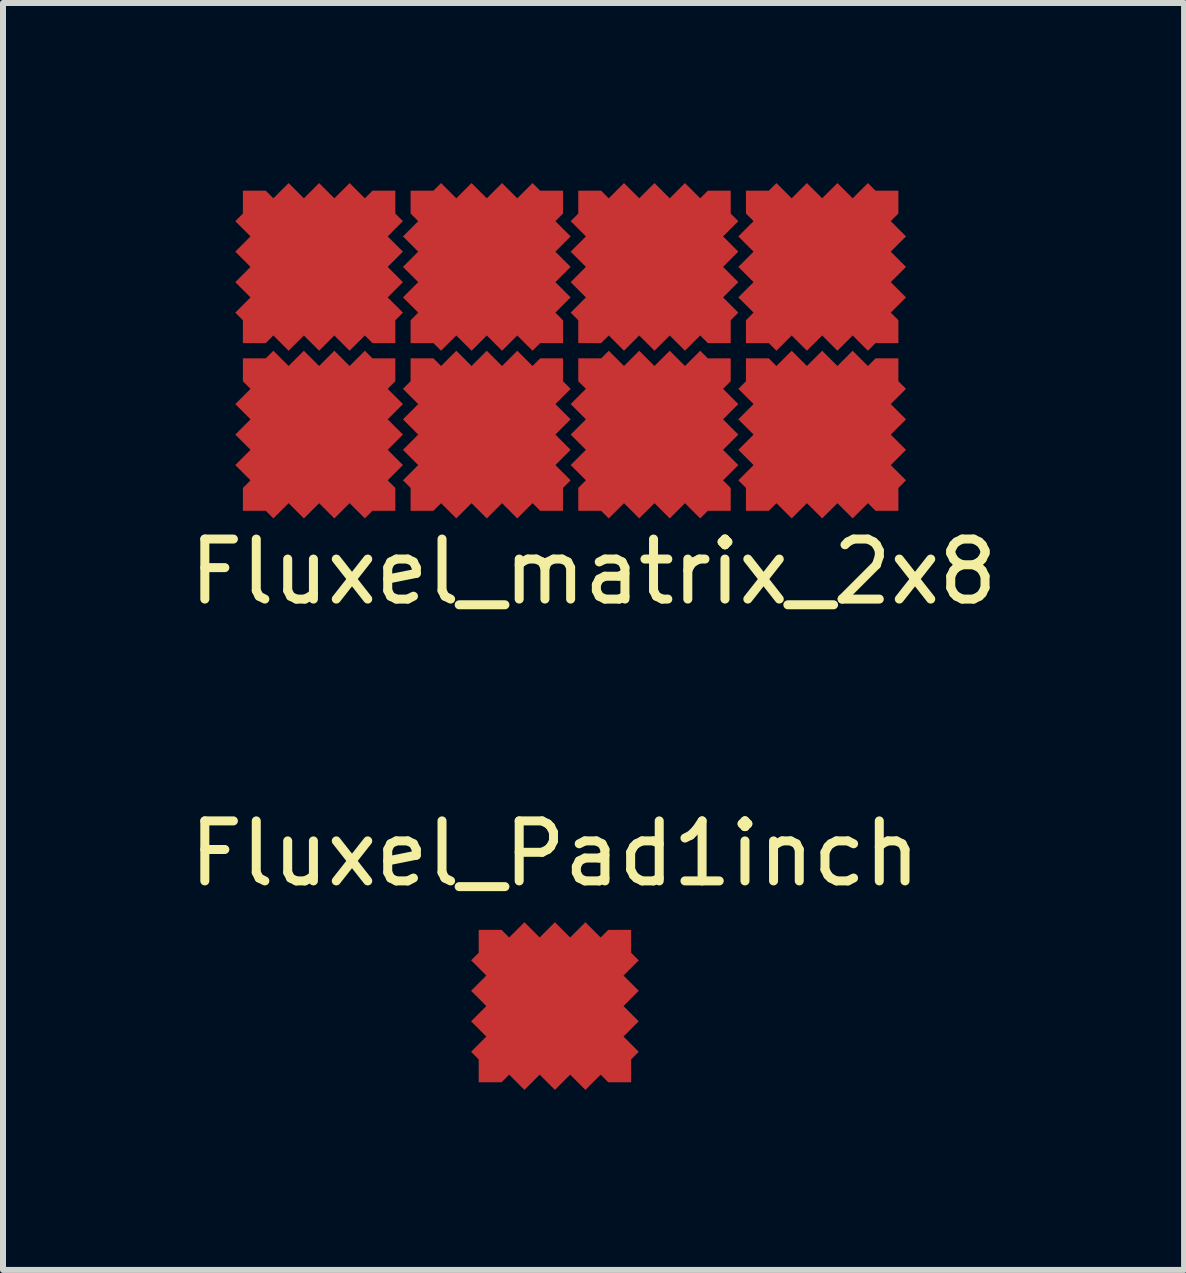
<source format=kicad_pcb>
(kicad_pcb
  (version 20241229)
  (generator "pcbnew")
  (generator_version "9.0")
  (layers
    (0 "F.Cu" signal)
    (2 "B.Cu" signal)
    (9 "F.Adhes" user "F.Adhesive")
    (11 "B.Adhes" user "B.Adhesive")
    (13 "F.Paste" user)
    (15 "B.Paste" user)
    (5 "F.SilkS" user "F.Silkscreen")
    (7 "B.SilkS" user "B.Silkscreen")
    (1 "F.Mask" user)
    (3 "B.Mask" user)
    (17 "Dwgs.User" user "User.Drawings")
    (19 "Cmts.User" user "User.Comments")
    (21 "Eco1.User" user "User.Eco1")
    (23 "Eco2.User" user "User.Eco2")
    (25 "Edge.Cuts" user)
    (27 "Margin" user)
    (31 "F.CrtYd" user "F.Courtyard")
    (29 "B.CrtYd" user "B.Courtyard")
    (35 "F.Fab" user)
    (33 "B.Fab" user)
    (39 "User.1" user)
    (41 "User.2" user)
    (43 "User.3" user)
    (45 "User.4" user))
  (footprint "Fluxel_Pad1inch"
    (layer "F.Cu")
    (at 6.196 13.713)
    (property "Reference" "Fluxel_Pad1inch" (at 0 -2.54 0) (layer "F.SilkS") (effects (font (size 1 1) (thickness 0.15))))
    (attr through_hole)
    (pad "~" smd custom (at 0 0) (size 1.524 1.524) (layers "F.Cu" "F.Mask" "F.Paste") (options (anchor rect)) (primitives (gr_poly (pts (xy -1.27 -1.27) (xy -0.889 -1.27) (xy -0.762 -1.143) (xy -0.508 -1.397) (xy -0.254 -1.143) (xy 0 -1.397) (xy 0.254 -1.143) (xy 0.508 -1.397) (xy 0.762 -1.143) (xy 0.889 -1.27) (xy 1.27 -1.27) (xy 1.27 -0.889) (xy 1.397 -0.762) (xy 1.143 -0.508) (xy 1.397 -0.254) (xy 1.143 0) (xy 1.397 0.254) (xy 1.143 0.508) (xy 1.397 0.762) (xy 1.27 0.889) (xy 1.27 1.27) (xy 0.889 1.27) (xy 0.762 1.143) (xy 0.508 1.397) (xy 0.254 1.143) (xy 0 1.397) (xy -0.254 1.143) (xy -0.508 1.397) (xy -0.762 1.143) (xy -0.889 1.27) (xy -1.27 1.27) (xy -1.27 0.889) (xy -1.397 0.762) (xy -1.143 0.508) (xy -1.397 0.254) (xy -1.143 0) (xy -1.397 -0.254) (xy -1.143 -0.508) (xy -1.397 -0.762) (xy -1.27 -0.889)) (width 0) (fill yes)))))
  (footprint "Fluxel_matrix_2x8"
    (layer "F.Cu")
    (at 6.458 2.794)
    (property "Reference" "Fluxel_matrix_2x8" (at 0.381 3.683 0) (layer "F.SilkS") (effects (font (size 1 1) (thickness 0.15))))
    (attr through_hole)
    (pad "1" smd custom (at -4.191 -1.397) (size 1.524 1.524) (layers "F.Cu" "F.Mask" "F.Paste") (options (anchor rect)) (primitives (gr_poly (pts (xy -1.27 -1.27) (xy -0.889 -1.27) (xy -0.762 -1.143) (xy -0.508 -1.397) (xy -0.254 -1.143) (xy 0 -1.397) (xy 0.254 -1.143) (xy 0.508 -1.397) (xy 0.762 -1.143) (xy 0.889 -1.27) (xy 1.27 -1.27) (xy 1.27 -0.889) (xy 1.397 -0.762) (xy 1.143 -0.508) (xy 1.397 -0.254) (xy 1.143 0) (xy 1.397 0.254) (xy 1.143 0.508) (xy 1.397 0.762) (xy 1.27 0.889) (xy 1.27 1.27) (xy 0.889 1.27) (xy 0.762 1.143) (xy 0.508 1.397) (xy 0.254 1.143) (xy 0 1.397) (xy -0.254 1.143) (xy -0.508 1.397) (xy -0.762 1.143) (xy -0.889 1.27) (xy -1.27 1.27) (xy -1.27 0.889) (xy -1.397 0.762) (xy -1.143 0.508) (xy -1.397 0.254) (xy -1.143 0) (xy -1.397 -0.254) (xy -1.143 -0.508) (xy -1.397 -0.762) (xy -1.27 -0.889)) (width 0) (fill yes))))
    (pad "2" smd custom (at -1.397 -1.397 90) (size 1.524 1.524) (layers "F.Cu" "F.Mask" "F.Paste") (options (anchor rect)) (primitives (gr_poly (pts (xy -1.27 -1.27) (xy -0.889 -1.27) (xy -0.762 -1.143) (xy -0.508 -1.397) (xy -0.254 -1.143) (xy 0 -1.397) (xy 0.254 -1.143) (xy 0.508 -1.397) (xy 0.762 -1.143) (xy 0.889 -1.27) (xy 1.27 -1.27) (xy 1.27 -0.889) (xy 1.397 -0.762) (xy 1.143 -0.508) (xy 1.397 -0.254) (xy 1.143 0) (xy 1.397 0.254) (xy 1.143 0.508) (xy 1.397 0.762) (xy 1.27 0.889) (xy 1.27 1.27) (xy 0.889 1.27) (xy 0.762 1.143) (xy 0.508 1.397) (xy 0.254 1.143) (xy 0 1.397) (xy -0.254 1.143) (xy -0.508 1.397) (xy -0.762 1.143) (xy -0.889 1.27) (xy -1.27 1.27) (xy -1.27 0.889) (xy -1.397 0.762) (xy -1.143 0.508) (xy -1.397 0.254) (xy -1.143 0) (xy -1.397 -0.254) (xy -1.143 -0.508) (xy -1.397 -0.762) (xy -1.27 -0.889)) (width 0) (fill yes))))
    (pad "3" smd custom (at 1.397 -1.397) (size 1.524 1.524) (layers "F.Cu" "F.Mask" "F.Paste") (options (anchor rect)) (primitives (gr_poly (pts (xy -1.27 -1.27) (xy -0.889 -1.27) (xy -0.762 -1.143) (xy -0.508 -1.397) (xy -0.254 -1.143) (xy 0 -1.397) (xy 0.254 -1.143) (xy 0.508 -1.397) (xy 0.762 -1.143) (xy 0.889 -1.27) (xy 1.27 -1.27) (xy 1.27 -0.889) (xy 1.397 -0.762) (xy 1.143 -0.508) (xy 1.397 -0.254) (xy 1.143 0) (xy 1.397 0.254) (xy 1.143 0.508) (xy 1.397 0.762) (xy 1.27 0.889) (xy 1.27 1.27) (xy 0.889 1.27) (xy 0.762 1.143) (xy 0.508 1.397) (xy 0.254 1.143) (xy 0 1.397) (xy -0.254 1.143) (xy -0.508 1.397) (xy -0.762 1.143) (xy -0.889 1.27) (xy -1.27 1.27) (xy -1.27 0.889) (xy -1.397 0.762) (xy -1.143 0.508) (xy -1.397 0.254) (xy -1.143 0) (xy -1.397 -0.254) (xy -1.143 -0.508) (xy -1.397 -0.762) (xy -1.27 -0.889)) (width 0) (fill yes))))
    (pad "4" smd custom (at 4.191 -1.397 90) (size 1.524 1.524) (layers "F.Cu" "F.Mask" "F.Paste") (options (anchor rect)) (primitives (gr_poly (pts (xy -1.27 -1.27) (xy -0.889 -1.27) (xy -0.762 -1.143) (xy -0.508 -1.397) (xy -0.254 -1.143) (xy 0 -1.397) (xy 0.254 -1.143) (xy 0.508 -1.397) (xy 0.762 -1.143) (xy 0.889 -1.27) (xy 1.27 -1.27) (xy 1.27 -0.889) (xy 1.397 -0.762) (xy 1.143 -0.508) (xy 1.397 -0.254) (xy 1.143 0) (xy 1.397 0.254) (xy 1.143 0.508) (xy 1.397 0.762) (xy 1.27 0.889) (xy 1.27 1.27) (xy 0.889 1.27) (xy 0.762 1.143) (xy 0.508 1.397) (xy 0.254 1.143) (xy 0 1.397) (xy -0.254 1.143) (xy -0.508 1.397) (xy -0.762 1.143) (xy -0.889 1.27) (xy -1.27 1.27) (xy -1.27 0.889) (xy -1.397 0.762) (xy -1.143 0.508) (xy -1.397 0.254) (xy -1.143 0) (xy -1.397 -0.254) (xy -1.143 -0.508) (xy -1.397 -0.762) (xy -1.27 -0.889)) (width 0) (fill yes))))
    (pad "5" smd custom (at -4.191 1.397 90) (size 1.524 1.524) (layers "F.Cu" "F.Mask" "F.Paste") (options (anchor rect)) (primitives (gr_poly (pts (xy -1.27 -1.27) (xy -0.889 -1.27) (xy -0.762 -1.143) (xy -0.508 -1.397) (xy -0.254 -1.143) (xy 0 -1.397) (xy 0.254 -1.143) (xy 0.508 -1.397) (xy 0.762 -1.143) (xy 0.889 -1.27) (xy 1.27 -1.27) (xy 1.27 -0.889) (xy 1.397 -0.762) (xy 1.143 -0.508) (xy 1.397 -0.254) (xy 1.143 0) (xy 1.397 0.254) (xy 1.143 0.508) (xy 1.397 0.762) (xy 1.27 0.889) (xy 1.27 1.27) (xy 0.889 1.27) (xy 0.762 1.143) (xy 0.508 1.397) (xy 0.254 1.143) (xy 0 1.397) (xy -0.254 1.143) (xy -0.508 1.397) (xy -0.762 1.143) (xy -0.889 1.27) (xy -1.27 1.27) (xy -1.27 0.889) (xy -1.397 0.762) (xy -1.143 0.508) (xy -1.397 0.254) (xy -1.143 0) (xy -1.397 -0.254) (xy -1.143 -0.508) (xy -1.397 -0.762) (xy -1.27 -0.889)) (width 0) (fill yes))))
    (pad "6" smd custom (at -1.397 1.397) (size 1.524 1.524) (layers "F.Cu" "F.Mask" "F.Paste") (options (anchor rect)) (primitives (gr_poly (pts (xy -1.27 -1.27) (xy -0.889 -1.27) (xy -0.762 -1.143) (xy -0.508 -1.397) (xy -0.254 -1.143) (xy 0 -1.397) (xy 0.254 -1.143) (xy 0.508 -1.397) (xy 0.762 -1.143) (xy 0.889 -1.27) (xy 1.27 -1.27) (xy 1.27 -0.889) (xy 1.397 -0.762) (xy 1.143 -0.508) (xy 1.397 -0.254) (xy 1.143 0) (xy 1.397 0.254) (xy 1.143 0.508) (xy 1.397 0.762) (xy 1.27 0.889) (xy 1.27 1.27) (xy 0.889 1.27) (xy 0.762 1.143) (xy 0.508 1.397) (xy 0.254 1.143) (xy 0 1.397) (xy -0.254 1.143) (xy -0.508 1.397) (xy -0.762 1.143) (xy -0.889 1.27) (xy -1.27 1.27) (xy -1.27 0.889) (xy -1.397 0.762) (xy -1.143 0.508) (xy -1.397 0.254) (xy -1.143 0) (xy -1.397 -0.254) (xy -1.143 -0.508) (xy -1.397 -0.762) (xy -1.27 -0.889)) (width 0) (fill yes))))
    (pad "7" smd custom (at 1.397 1.397 90) (size 1.524 1.524) (layers "F.Cu" "F.Mask" "F.Paste") (options (anchor rect)) (primitives (gr_poly (pts (xy -1.27 -1.27) (xy -0.889 -1.27) (xy -0.762 -1.143) (xy -0.508 -1.397) (xy -0.254 -1.143) (xy 0 -1.397) (xy 0.254 -1.143) (xy 0.508 -1.397) (xy 0.762 -1.143) (xy 0.889 -1.27) (xy 1.27 -1.27) (xy 1.27 -0.889) (xy 1.397 -0.762) (xy 1.143 -0.508) (xy 1.397 -0.254) (xy 1.143 0) (xy 1.397 0.254) (xy 1.143 0.508) (xy 1.397 0.762) (xy 1.27 0.889) (xy 1.27 1.27) (xy 0.889 1.27) (xy 0.762 1.143) (xy 0.508 1.397) (xy 0.254 1.143) (xy 0 1.397) (xy -0.254 1.143) (xy -0.508 1.397) (xy -0.762 1.143) (xy -0.889 1.27) (xy -1.27 1.27) (xy -1.27 0.889) (xy -1.397 0.762) (xy -1.143 0.508) (xy -1.397 0.254) (xy -1.143 0) (xy -1.397 -0.254) (xy -1.143 -0.508) (xy -1.397 -0.762) (xy -1.27 -0.889)) (width 0) (fill yes))))
    (pad "8" smd custom (at 4.191 1.397) (size 1.524 1.524) (layers "F.Cu" "F.Mask" "F.Paste") (options (anchor rect)) (primitives (gr_poly (pts (xy -1.27 -1.27) (xy -0.889 -1.27) (xy -0.762 -1.143) (xy -0.508 -1.397) (xy -0.254 -1.143) (xy 0 -1.397) (xy 0.254 -1.143) (xy 0.508 -1.397) (xy 0.762 -1.143) (xy 0.889 -1.27) (xy 1.27 -1.27) (xy 1.27 -0.889) (xy 1.397 -0.762) (xy 1.143 -0.508) (xy 1.397 -0.254) (xy 1.143 0) (xy 1.397 0.254) (xy 1.143 0.508) (xy 1.397 0.762) (xy 1.27 0.889) (xy 1.27 1.27) (xy 0.889 1.27) (xy 0.762 1.143) (xy 0.508 1.397) (xy 0.254 1.143) (xy 0 1.397) (xy -0.254 1.143) (xy -0.508 1.397) (xy -0.762 1.143) (xy -0.889 1.27) (xy -1.27 1.27) (xy -1.27 0.889) (xy -1.397 0.762) (xy -1.143 0.508) (xy -1.397 0.254) (xy -1.143 0) (xy -1.397 -0.254) (xy -1.143 -0.508) (xy -1.397 -0.762) (xy -1.27 -0.889)) (width 0) (fill yes)))))
  (gr_rect
    (start -3 -3)
    (end 16.679 18.11)
    (stroke (width 0.1) (type default))
    (fill no)
    (layer "Edge.Cuts")))
</source>
